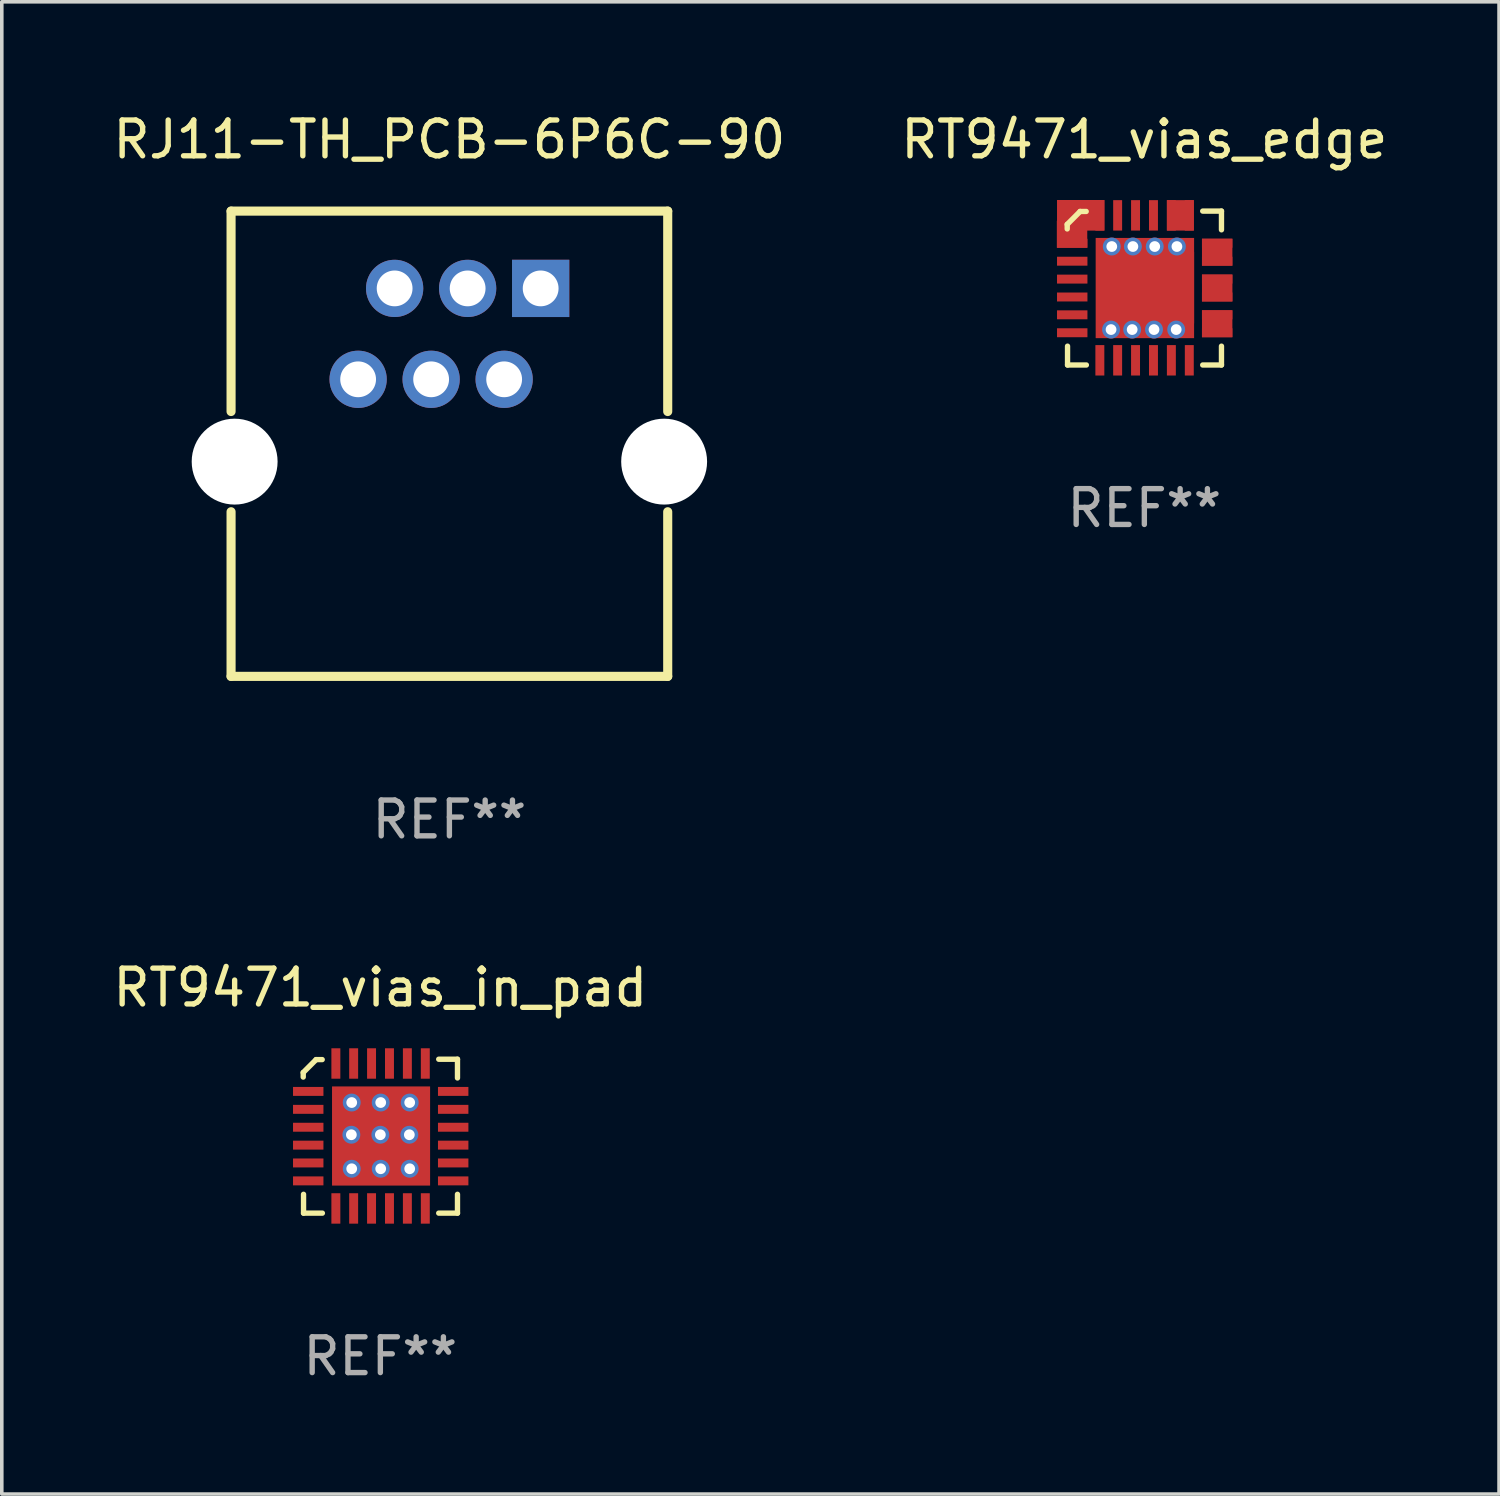
<source format=kicad_pcb>
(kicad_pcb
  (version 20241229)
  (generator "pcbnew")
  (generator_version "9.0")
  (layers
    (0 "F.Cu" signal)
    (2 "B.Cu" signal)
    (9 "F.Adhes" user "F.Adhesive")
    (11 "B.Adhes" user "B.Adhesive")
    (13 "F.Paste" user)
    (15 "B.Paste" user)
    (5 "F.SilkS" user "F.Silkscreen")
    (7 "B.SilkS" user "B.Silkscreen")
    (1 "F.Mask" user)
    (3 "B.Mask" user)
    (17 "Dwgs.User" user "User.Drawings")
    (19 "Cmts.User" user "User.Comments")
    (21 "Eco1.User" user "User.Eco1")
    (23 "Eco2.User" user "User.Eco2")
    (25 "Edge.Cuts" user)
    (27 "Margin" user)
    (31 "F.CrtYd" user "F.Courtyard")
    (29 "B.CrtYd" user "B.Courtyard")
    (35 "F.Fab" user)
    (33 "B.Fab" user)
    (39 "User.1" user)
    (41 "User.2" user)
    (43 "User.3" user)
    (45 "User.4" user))
  (footprint "RJ11-TH_PCB-6P6C-90"
    (layer "F.Cu")
    (at 9.506 9.348)
    (property "Reference" "RJ11-TH_PCB-6P6C-90" (at 0 -8.5 0) (layer "F.SilkS") (effects (font (size 1 1) (thickness 0.15))))
    (attr through_hole)
    (fp_line (start -6.1 -6.5) (end 6.1 -6.5) (stroke (width 0.254) (type solid)) (layer "F.SilkS"))
    (fp_line (start -6.1 -0.9) (end -6.1 -6.5) (stroke (width 0.254) (type solid)) (layer "F.SilkS"))
    (fp_line (start -6.1 6.5) (end 6.1 6.5) (stroke (width 0.254) (type solid)) (layer "F.SilkS"))
    (fp_line (start -6.1 6.5) (end -6.1 1.9) (stroke (width 0.254) (type solid)) (layer "F.SilkS"))
    (fp_line (start 6.1 -6.5) (end 6.1 -0.9) (stroke (width 0.254) (type solid)) (layer "F.SilkS"))
    (fp_line (start 6.1 1.9) (end 6.1 6.5) (stroke (width 0.254) (type solid)) (layer "F.SilkS"))
    (fp_circle (center 6.1 -6.5) (end 6.13 -6.5) (stroke (width 0.06) (type solid)) (fill no) (layer "F.SilkS"))
    (fp_circle (center -6 0.5) (end -5.5 0.5) (stroke (width 1) (type solid)) (fill no) (layer "F.Fab"))
    (fp_circle (center 6 0.5) (end 6.5 0.5) (stroke (width 1) (type solid)) (fill no) (layer "F.Fab"))
    (fp_text user "REF**" (at 0 10.5 0) (layer "F.Fab") (effects (font (size 1 1) (thickness 0.15))))
    (pad "" np_thru_hole circle (at -6 0.5) (size 2.4 2.4) (drill 2.4) (layers "*.Cu" "*.Mask"))
    (pad "" np_thru_hole circle (at 6 0.5) (size 2.4 2.4) (drill 2.4) (layers "*.Cu" "*.Mask"))
    (pad "1" thru_hole rect (at 2.55 -4.34 180) (size 1.6 1.6) (drill 1) (layers "*.Cu" "*.Mask"))
    (pad "2" thru_hole circle (at 1.53 -1.8) (size 1.6 1.6) (drill 1) (layers "*.Cu" "*.Mask"))
    (pad "3" thru_hole circle (at 0.51 -4.34) (size 1.6 1.6) (drill 1) (layers "*.Cu" "*.Mask"))
    (pad "4" thru_hole circle (at -0.51 -1.8) (size 1.6 1.6) (drill 1) (layers "*.Cu" "*.Mask"))
    (pad "5" thru_hole circle (at -1.53 -4.34) (size 1.6 1.6) (drill 1) (layers "*.Cu" "*.Mask"))
    (pad "6" thru_hole circle (at -2.55 -1.8) (size 1.6 1.6) (drill 1) (layers "*.Cu" "*.Mask")))
  (footprint "RT9471_vias_edge"
    (layer "F.Cu")
    (at 28.923 4.998)
    (property "Reference" "RT9471_vias_edge" (at 0 -4.15 0) (layer "F.SilkS") (effects (font (size 1 1) (thickness 0.15))))
    (attr through_hole)
    (fp_rect (start -2.445 -1.88) (end -1.595 -1.125) (stroke (width 0) (type solid)) (fill yes) (layer "F.Cu"))
    (fp_rect (start -2.44 -2.46) (end -1.115 -1.605) (stroke (width 0) (type solid)) (fill yes) (layer "F.Cu"))
    (fp_rect (start -1.36 -1.4) (end 1.39 1.4) (stroke (width 0) (type solid)) (fill yes) (layer "F.Cu"))
    (fp_rect (start 0.63 -1.606) (end 1.385 -2.456) (stroke (width 0) (type solid)) (fill yes) (layer "F.Cu"))
    (fp_rect (start 1.61 -1.38) (end 2.46 -0.625) (stroke (width 0) (type solid)) (fill yes) (layer "F.Cu"))
    (fp_rect (start 1.61 0.619) (end 2.46 1.374) (stroke (width 0) (type solid)) (fill yes) (layer "F.Cu"))
    (fp_rect (start 1.61 -0.379) (end 2.461 0.375) (stroke (width 0) (type solid)) (fill yes) (layer "F.Cu"))
    (fp_line (start -2.155 -1.779) (end -2.155 -1.652) (stroke (width 0.15) (type solid)) (layer "F.SilkS"))
    (fp_line (start -2.146 2.15) (end -2.146 1.624) (stroke (width 0.15) (type solid)) (layer "F.SilkS"))
    (fp_line (start -1.795 -2.14) (end -2.155 -1.779) (stroke (width 0.15) (type solid)) (layer "F.SilkS"))
    (fp_line (start -1.625 -2.14) (end -1.795 -2.14) (stroke (width 0.15) (type solid)) (layer "F.SilkS"))
    (fp_line (start -1.62 2.15) (end -2.146 2.15) (stroke (width 0.15) (type solid)) (layer "F.SilkS"))
    (fp_line (start 1.631 -2.15) (end 2.155 -2.15) (stroke (width 0.15) (type solid)) (layer "F.SilkS"))
    (fp_line (start 1.631 2.15) (end 2.155 2.15) (stroke (width 0.15) (type solid)) (layer "F.SilkS"))
    (fp_line (start 2.155 -2.15) (end 2.155 -1.627) (stroke (width 0.15) (type solid)) (layer "F.SilkS"))
    (fp_line (start 2.155 2.15) (end 2.155 1.624) (stroke (width 0.15) (type solid)) (layer "F.SilkS"))
    (fp_text user "REF**" (at 0 6.15 0) (layer "F.Fab") (effects (font (size 1 1) (thickness 0.15))))
    (pad "1" smd rect (at -2.015 -1.251) (size 0.85 0.25) (layers "F.Cu" "F.Mask" "F.Paste"))
    (pad "2" smd rect (at -2.015 -0.75) (size 0.85 0.25) (layers "F.Cu" "F.Mask" "F.Paste"))
    (pad "3" smd rect (at -2.015 -0.25) (size 0.85 0.25) (layers "F.Cu" "F.Mask" "F.Paste"))
    (pad "4" smd rect (at -2.015 0.25) (size 0.85 0.25) (layers "F.Cu" "F.Mask" "F.Paste"))
    (pad "5" smd rect (at -2.015 0.748) (size 0.85 0.25) (layers "F.Cu" "F.Mask" "F.Paste"))
    (pad "6" smd rect (at -2.015 1.249) (size 0.85 0.25) (layers "F.Cu" "F.Mask" "F.Paste"))
    (pad "7" smd rect (at -1.243 2.019 90) (size 0.85 0.25) (layers "F.Cu" "F.Mask" "F.Paste"))
    (pad "8" smd rect (at -0.746 2.019 90) (size 0.85 0.25) (layers "F.Cu" "F.Mask" "F.Paste"))
    (pad "9" smd rect (at -0.246 2.019 90) (size 0.85 0.25) (layers "F.Cu" "F.Mask" "F.Paste"))
    (pad "10" smd rect (at 0.255 2.019 90) (size 0.85 0.25) (layers "F.Cu" "F.Mask" "F.Paste"))
    (pad "11" smd rect (at 0.755 2.019 90) (size 0.85 0.25) (layers "F.Cu" "F.Mask" "F.Paste"))
    (pad "12" smd rect (at 1.256 2.019 90) (size 0.85 0.25) (layers "F.Cu" "F.Mask" "F.Paste"))
    (pad "13" smd rect (at 2.035 1.249) (size 0.85 0.25) (layers "F.Cu" "F.Mask" "F.Paste"))
    (pad "14" smd rect (at 2.035 0.748) (size 0.85 0.25) (layers "F.Cu" "F.Mask" "F.Paste"))
    (pad "15" smd rect (at 2.035 0.25) (size 0.85 0.25) (layers "F.Cu" "F.Mask" "F.Paste"))
    (pad "16" smd rect (at 2.035 -0.25) (size 0.85 0.25) (layers "F.Cu" "F.Mask" "F.Paste"))
    (pad "17" smd rect (at 2.035 -0.75) (size 0.85 0.25) (layers "F.Cu" "F.Mask" "F.Paste"))
    (pad "18" smd rect (at 2.035 -1.251) (size 0.85 0.25) (layers "F.Cu" "F.Mask" "F.Paste"))
    (pad "19" smd rect (at 1.256 -2.031 90) (size 0.85 0.25) (layers "F.Cu" "F.Mask" "F.Paste"))
    (pad "20" smd rect (at 0.755 -2.031 90) (size 0.85 0.25) (layers "F.Cu" "F.Mask" "F.Paste"))
    (pad "21" smd rect (at 0.255 -2.031 90) (size 0.85 0.25) (layers "F.Cu" "F.Mask" "F.Paste"))
    (pad "22" smd rect (at -0.246 -2.031 90) (size 0.85 0.25) (layers "F.Cu" "F.Mask" "F.Paste"))
    (pad "23" smd rect (at -0.746 -2.031 90) (size 0.85 0.25) (layers "F.Cu" "F.Mask" "F.Paste"))
    (pad "23" thru_hole circle (at 0.89 1.16) (size 0.5 0.5) (drill 0.3) (layers "*.Cu"))
    (pad "24" smd rect (at -1.243 -2.031 90) (size 0.85 0.25) (layers "F.Cu" "F.Mask" "F.Paste"))
    (pad "25" thru_hole circle (at -0.93 1.16) (size 0.5 0.5) (drill 0.3) (layers "*.Cu"))
    (pad "25" thru_hole circle (at -0.91 -1.16) (size 0.5 0.5) (drill 0.3) (layers "*.Cu"))
    (pad "25" thru_hole circle (at -0.34 1.16) (size 0.5 0.5) (drill 0.3) (layers "*.Cu"))
    (pad "25" thru_hole circle (at -0.32 -1.16) (size 0.5 0.5) (drill 0.3) (layers "*.Cu"))
    (pad "25" smd rect (at 0.02 -0.01 180) (size 2.74 2) (layers "F.Cu" "F.Mask" "F.Paste"))
    (pad "25" thru_hole circle (at 0.27 1.16) (size 0.5 0.5) (drill 0.3) (layers "*.Cu"))
    (pad "25" thru_hole circle (at 0.29 -1.16) (size 0.5 0.5) (drill 0.3) (layers "*.Cu"))
    (pad "25" thru_hole circle (at 0.91 -1.16) (size 0.5 0.5) (drill 0.3) (layers "*.Cu")))
  (footprint "RT9471_vias_in_pad"
    (layer "F.Cu")
    (at 7.577 28.695)
    (property "Reference" "RT9471_vias_in_pad" (at 0 -4.15 0) (layer "F.SilkS") (effects (font (size 1 1) (thickness 0.15))))
    (attr through_hole)
    (fp_line (start -2.155 -1.779) (end -2.155 -1.652) (stroke (width 0.15) (type solid)) (layer "F.SilkS"))
    (fp_line (start -2.146 2.15) (end -2.146 1.624) (stroke (width 0.15) (type solid)) (layer "F.SilkS"))
    (fp_line (start -1.795 -2.14) (end -2.155 -1.779) (stroke (width 0.15) (type solid)) (layer "F.SilkS"))
    (fp_line (start -1.625 -2.14) (end -1.795 -2.14) (stroke (width 0.15) (type solid)) (layer "F.SilkS"))
    (fp_line (start -1.62 2.15) (end -2.146 2.15) (stroke (width 0.15) (type solid)) (layer "F.SilkS"))
    (fp_line (start 1.631 -2.15) (end 2.155 -2.15) (stroke (width 0.15) (type solid)) (layer "F.SilkS"))
    (fp_line (start 1.631 2.15) (end 2.155 2.15) (stroke (width 0.15) (type solid)) (layer "F.SilkS"))
    (fp_line (start 2.155 -2.15) (end 2.155 -1.627) (stroke (width 0.15) (type solid)) (layer "F.SilkS"))
    (fp_line (start 2.155 2.15) (end 2.155 1.624) (stroke (width 0.15) (type solid)) (layer "F.SilkS"))
    (fp_rect (start -2.445 -1.88) (end -1.595 -1.125) (stroke (width 0.1) (type solid)) (fill no) (layer "User.1"))
    (fp_rect (start -2.44 -2.46) (end -1.115 -1.605) (stroke (width 0.1) (type solid)) (fill no) (layer "User.1"))
    (fp_rect (start 0.63 -1.606) (end 1.385 -2.456) (stroke (width 0.1) (type solid)) (fill no) (layer "User.1"))
    (fp_rect (start 1.3 -1.39) (end 2.46 -0.625) (stroke (width 0.1) (type solid)) (fill no) (layer "User.1"))
    (fp_rect (start 1.61 0.619) (end 2.46 1.374) (stroke (width 0.1) (type solid)) (fill no) (layer "User.1"))
    (fp_rect (start 1.61 -0.379) (end 2.461 0.375) (stroke (width 0.1) (type solid)) (fill no) (layer "User.1"))
    (fp_text user "REF**" (at 0 6.15 0) (layer "F.Fab") (effects (font (size 1 1) (thickness 0.15))))
    (pad "1" smd rect (at -2.015 -1.251) (size 0.85 0.25) (layers "F.Cu" "F.Mask" "F.Paste"))
    (pad "2" smd rect (at -2.015 -0.75) (size 0.85 0.25) (layers "F.Cu" "F.Mask" "F.Paste"))
    (pad "3" smd rect (at -2.015 -0.25) (size 0.85 0.25) (layers "F.Cu" "F.Mask" "F.Paste"))
    (pad "4" smd rect (at -2.015 0.25) (size 0.85 0.25) (layers "F.Cu" "F.Mask" "F.Paste"))
    (pad "5" smd rect (at -2.015 0.748) (size 0.85 0.25) (layers "F.Cu" "F.Mask" "F.Paste"))
    (pad "6" smd rect (at -2.015 1.249) (size 0.85 0.25) (layers "F.Cu" "F.Mask" "F.Paste"))
    (pad "7" smd rect (at -1.243 2.019 90) (size 0.85 0.25) (layers "F.Cu" "F.Mask" "F.Paste"))
    (pad "8" smd rect (at -0.746 2.019 90) (size 0.85 0.25) (layers "F.Cu" "F.Mask" "F.Paste"))
    (pad "9" smd rect (at -0.246 2.019 90) (size 0.85 0.25) (layers "F.Cu" "F.Mask" "F.Paste"))
    (pad "10" smd rect (at 0.255 2.019 90) (size 0.85 0.25) (layers "F.Cu" "F.Mask" "F.Paste"))
    (pad "11" smd rect (at 0.755 2.019 90) (size 0.85 0.25) (layers "F.Cu" "F.Mask" "F.Paste"))
    (pad "12" smd rect (at 1.256 2.019 90) (size 0.85 0.25) (layers "F.Cu" "F.Mask" "F.Paste"))
    (pad "13" smd rect (at 2.035 1.249) (size 0.85 0.25) (layers "F.Cu" "F.Mask" "F.Paste"))
    (pad "14" smd rect (at 2.035 0.748) (size 0.85 0.25) (layers "F.Cu" "F.Mask" "F.Paste"))
    (pad "15" smd rect (at 2.035 0.25) (size 0.85 0.25) (layers "F.Cu" "F.Mask" "F.Paste"))
    (pad "16" smd rect (at 2.035 -0.25) (size 0.85 0.25) (layers "F.Cu" "F.Mask" "F.Paste"))
    (pad "17" smd rect (at 2.035 -0.75) (size 0.85 0.25) (layers "F.Cu" "F.Mask" "F.Paste"))
    (pad "18" smd rect (at 2.035 -1.251) (size 0.85 0.25) (layers "F.Cu" "F.Mask" "F.Paste"))
    (pad "19" smd rect (at 1.256 -2.031 90) (size 0.85 0.25) (layers "F.Cu" "F.Mask" "F.Paste"))
    (pad "20" smd rect (at 0.755 -2.031 90) (size 0.85 0.25) (layers "F.Cu" "F.Mask" "F.Paste"))
    (pad "21" smd rect (at 0.255 -2.031 90) (size 0.85 0.25) (layers "F.Cu" "F.Mask" "F.Paste"))
    (pad "22" smd rect (at -0.246 -2.031 90) (size 0.85 0.25) (layers "F.Cu" "F.Mask" "F.Paste"))
    (pad "23" smd rect (at -0.746 -2.031 90) (size 0.85 0.25) (layers "F.Cu" "F.Mask" "F.Paste"))
    (pad "24" smd rect (at -1.243 -2.031 90) (size 0.85 0.25) (layers "F.Cu" "F.Mask" "F.Paste"))
    (pad "25" thru_hole circle (at -0.81 -0.04) (size 0.5 0.5) (drill 0.3) (layers "*.Cu"))
    (pad "25" thru_hole circle (at -0.8 -0.94) (size 0.5 0.5) (drill 0.3) (layers "*.Cu"))
    (pad "25" thru_hole circle (at -0.8 0.91) (size 0.5 0.5) (drill 0.3) (layers "*.Cu"))
    (pad "25" thru_hole circle (at 0 -0.04) (size 0.5 0.5) (drill 0.3) (layers "*.Cu"))
    (pad "25" thru_hole circle (at 0.01 -0.94) (size 0.5 0.5) (drill 0.3) (layers "*.Cu"))
    (pad "25" thru_hole circle (at 0.01 0.91) (size 0.5 0.5) (drill 0.3) (layers "*.Cu"))
    (pad "25" smd rect (at 0.02 -0.005 180) (size 2.74 2.77) (layers "F.Cu" "F.Mask" "F.Paste"))
    (pad "25" thru_hole circle (at 0.81 -0.04) (size 0.5 0.5) (drill 0.3) (layers "*.Cu"))
    (pad "25" thru_hole circle (at 0.82 -0.94) (size 0.5 0.5) (drill 0.3) (layers "*.Cu"))
    (pad "25" thru_hole circle (at 0.82 0.91) (size 0.5 0.5) (drill 0.3) (layers "*.Cu")))
  (gr_rect
    (start -3 -3)
    (end 38.833 38.693)
    (stroke (width 0.1) (type default))
    (fill no)
    (layer "Edge.Cuts")))
</source>
